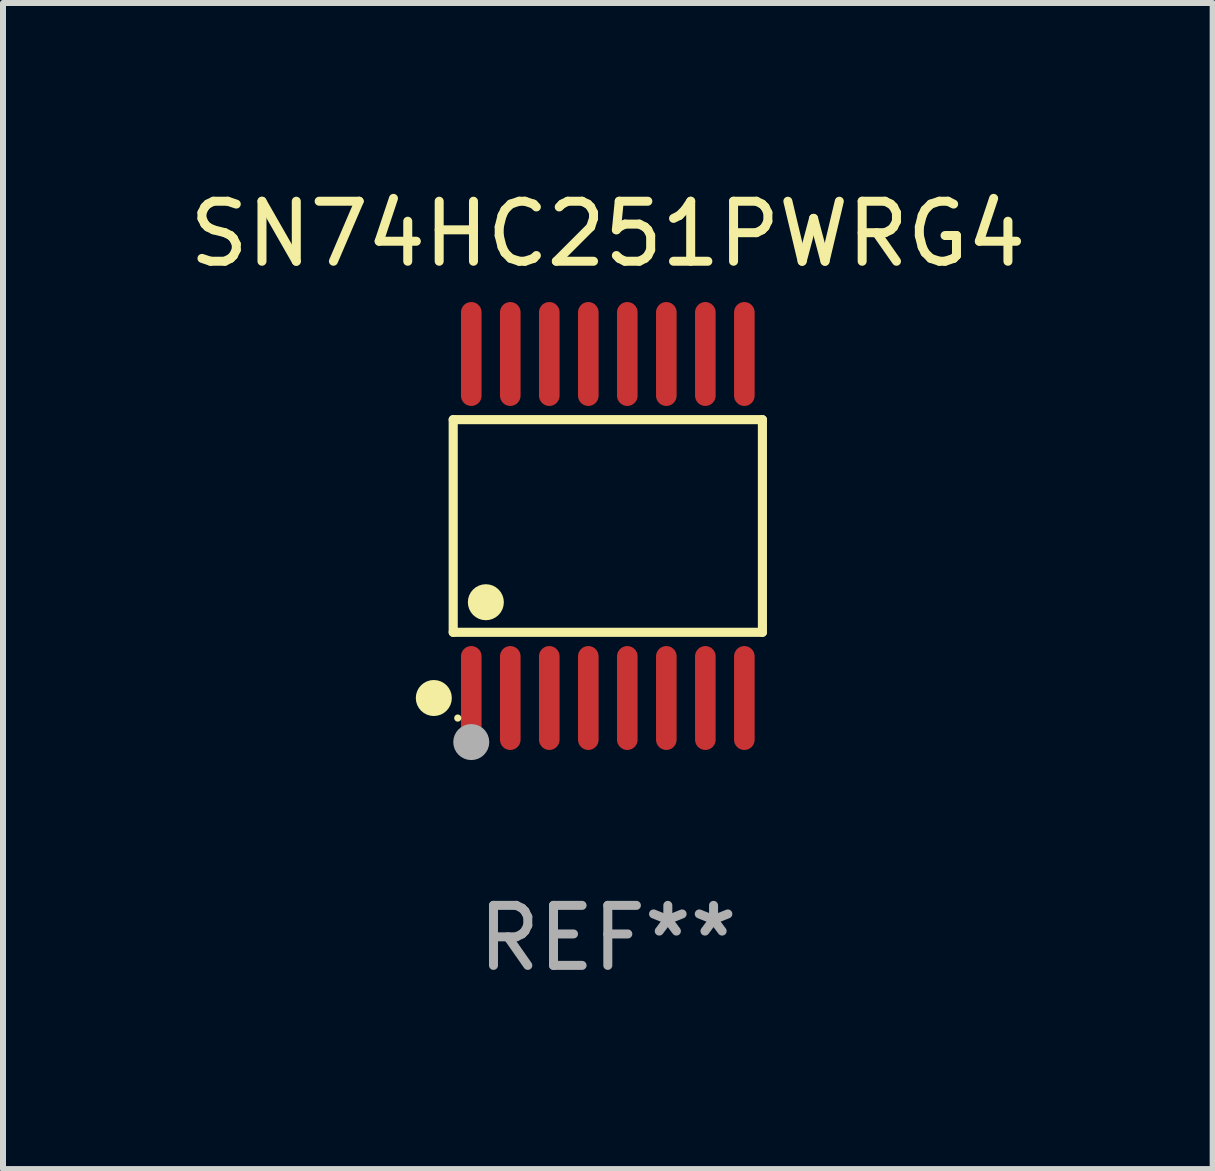
<source format=kicad_pcb>
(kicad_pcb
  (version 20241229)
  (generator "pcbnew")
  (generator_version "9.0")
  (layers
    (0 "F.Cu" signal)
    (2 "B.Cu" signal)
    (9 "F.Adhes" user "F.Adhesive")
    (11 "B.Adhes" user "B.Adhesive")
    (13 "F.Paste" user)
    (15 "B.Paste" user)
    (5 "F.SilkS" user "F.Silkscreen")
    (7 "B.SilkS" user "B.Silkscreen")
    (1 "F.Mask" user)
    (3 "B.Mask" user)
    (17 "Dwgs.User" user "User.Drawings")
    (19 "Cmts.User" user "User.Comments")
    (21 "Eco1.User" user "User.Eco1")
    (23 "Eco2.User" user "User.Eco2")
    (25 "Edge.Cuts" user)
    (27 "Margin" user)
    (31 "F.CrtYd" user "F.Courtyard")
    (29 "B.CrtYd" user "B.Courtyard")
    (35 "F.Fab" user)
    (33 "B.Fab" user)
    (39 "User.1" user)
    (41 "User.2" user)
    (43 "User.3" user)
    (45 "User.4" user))
  (footprint "SN74HC251PWRG4"
    (layer "F.Cu")
    (at 7.077 5.714)
    (property "Reference" "SN74HC251PWRG4" (at 0 -4.866 0) (layer "F.SilkS") (effects (font (size 1 1) (thickness 0.15))))
    (attr through_hole)
    (fp_line (start -2.576 -1.772) (end 2.576 -1.772) (stroke (width 0.152) (type solid)) (layer "F.SilkS"))
    (fp_line (start -2.576 1.771) (end -2.576 -1.772) (stroke (width 0.152) (type solid)) (layer "F.SilkS"))
    (fp_line (start 2.576 -1.772) (end 2.576 1.771) (stroke (width 0.152) (type solid)) (layer "F.SilkS"))
    (fp_line (start 2.576 1.771) (end -2.576 1.771) (stroke (width 0.152) (type solid)) (layer "F.SilkS"))
    (fp_circle (center -2.899 2.866) (end -2.749 2.866) (stroke (width 0.3) (type solid)) (fill no) (layer "F.SilkS"))
    (fp_circle (center -2.5 3.2) (end -2.47 3.2) (stroke (width 0.06) (type solid)) (fill no) (layer "F.SilkS"))
    (fp_circle (center -2.032 1.27) (end -1.882 1.27) (stroke (width 0.3) (type solid)) (fill no) (layer "F.SilkS"))
    (fp_circle (center -2.275 3.6) (end -2.125 3.6) (stroke (width 0.3) (type solid)) (fill no) (layer "F.Fab"))
    (fp_text user "REF**" (at 0 6.866 0) (layer "F.Fab") (effects (font (size 1 1) (thickness 0.15))))
    (pad "1" smd oval (at -2.275 2.866) (size 0.343 1.731) (layers "F.Cu" "F.Mask" "F.Paste"))
    (pad "2" smd oval (at -1.625 2.866) (size 0.343 1.731) (layers "F.Cu" "F.Mask" "F.Paste"))
    (pad "3" smd oval (at -0.975 2.866) (size 0.343 1.731) (layers "F.Cu" "F.Mask" "F.Paste"))
    (pad "4" smd oval (at -0.325 2.866) (size 0.343 1.731) (layers "F.Cu" "F.Mask" "F.Paste"))
    (pad "5" smd oval (at 0.325 2.866) (size 0.343 1.731) (layers "F.Cu" "F.Mask" "F.Paste"))
    (pad "6" smd oval (at 0.975 2.866) (size 0.343 1.731) (layers "F.Cu" "F.Mask" "F.Paste"))
    (pad "7" smd oval (at 1.625 2.866) (size 0.343 1.731) (layers "F.Cu" "F.Mask" "F.Paste"))
    (pad "8" smd oval (at 2.275 2.866) (size 0.343 1.731) (layers "F.Cu" "F.Mask" "F.Paste"))
    (pad "9" smd oval (at 2.275 -2.866) (size 0.343 1.731) (layers "F.Cu" "F.Mask" "F.Paste"))
    (pad "10" smd oval (at 1.625 -2.866) (size 0.343 1.731) (layers "F.Cu" "F.Mask" "F.Paste"))
    (pad "11" smd oval (at 0.975 -2.866) (size 0.343 1.731) (layers "F.Cu" "F.Mask" "F.Paste"))
    (pad "12" smd oval (at 0.325 -2.866) (size 0.343 1.731) (layers "F.Cu" "F.Mask" "F.Paste"))
    (pad "13" smd oval (at -0.325 -2.866) (size 0.343 1.731) (layers "F.Cu" "F.Mask" "F.Paste"))
    (pad "14" smd oval (at -0.975 -2.866) (size 0.343 1.731) (layers "F.Cu" "F.Mask" "F.Paste"))
    (pad "15" smd oval (at -1.625 -2.866) (size 0.343 1.731) (layers "F.Cu" "F.Mask" "F.Paste"))
    (pad "16" smd oval (at -2.275 -2.866) (size 0.343 1.731) (layers "F.Cu" "F.Mask" "F.Paste")))
  (gr_rect
    (start -3 -3)
    (end 17.155 16.428)
    (stroke (width 0.1) (type default))
    (fill no)
    (layer "Edge.Cuts")))
</source>
